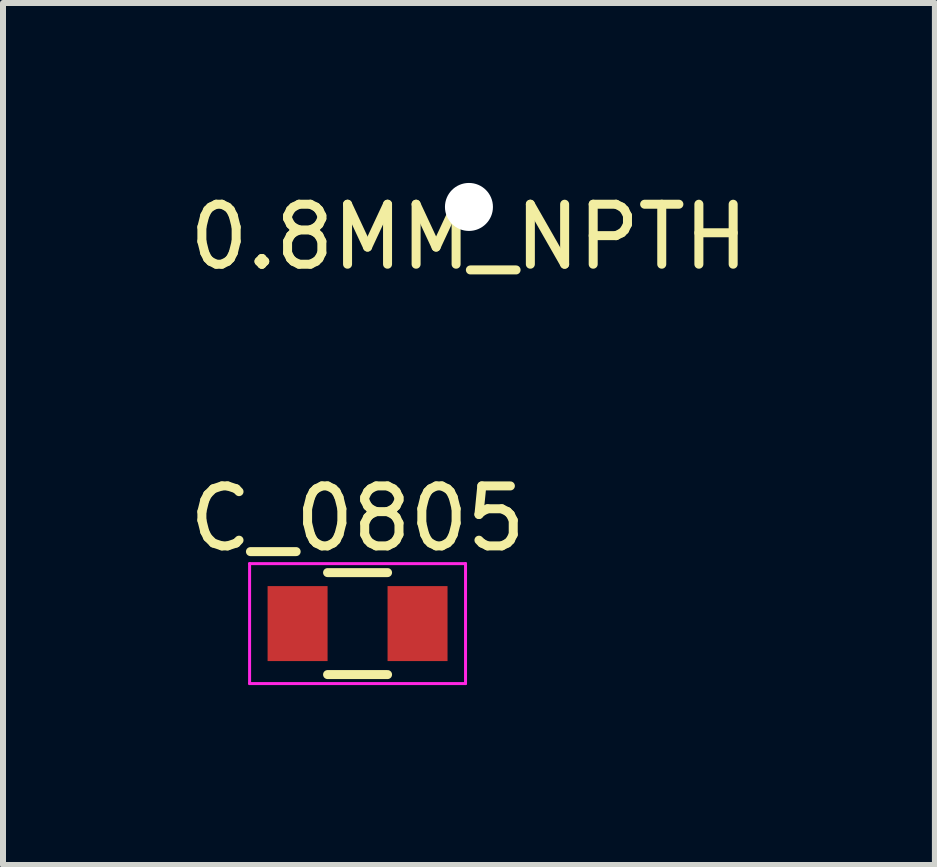
<source format=kicad_pcb>
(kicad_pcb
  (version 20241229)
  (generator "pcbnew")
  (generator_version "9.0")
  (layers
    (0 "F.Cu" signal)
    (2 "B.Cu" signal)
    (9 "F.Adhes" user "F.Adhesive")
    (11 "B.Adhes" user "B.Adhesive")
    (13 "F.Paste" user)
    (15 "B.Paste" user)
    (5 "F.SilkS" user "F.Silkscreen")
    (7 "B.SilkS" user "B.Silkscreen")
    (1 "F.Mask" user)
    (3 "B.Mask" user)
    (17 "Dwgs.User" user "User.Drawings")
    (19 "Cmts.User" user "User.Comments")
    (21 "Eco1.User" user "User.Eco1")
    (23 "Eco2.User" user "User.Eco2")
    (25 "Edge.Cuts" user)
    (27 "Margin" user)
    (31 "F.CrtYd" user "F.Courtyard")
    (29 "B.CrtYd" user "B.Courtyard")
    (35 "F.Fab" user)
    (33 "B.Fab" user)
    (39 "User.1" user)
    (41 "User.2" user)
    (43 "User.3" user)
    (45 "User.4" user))
  (footprint "C_0805"
    (layer "F.Cu")
    (at 2.911 7.346)
    (property "Reference" "C_0805" (at 0 -1.75 0) (layer "F.SilkS") (effects (font (size 1 1) (thickness 0.15))))
    (attr smd)
    (fp_line (start -0.5 0.85) (end 0.5 0.85) (stroke (width 0.15) (type solid)) (layer "F.SilkS"))
    (fp_line (start 0.5 -0.85) (end -0.5 -0.85) (stroke (width 0.15) (type solid)) (layer "F.SilkS"))
    (fp_line (start -1.8 -1) (end -1.8 1) (stroke (width 0.05) (type solid)) (layer "F.CrtYd"))
    (fp_line (start -1.8 -1) (end 1.8 -1) (stroke (width 0.05) (type solid)) (layer "F.CrtYd"))
    (fp_line (start -1.8 1) (end 1.8 1) (stroke (width 0.05) (type solid)) (layer "F.CrtYd"))
    (fp_line (start 1.8 -1) (end 1.8 1) (stroke (width 0.05) (type solid)) (layer "F.CrtYd"))
    (pad "1" smd rect (at -1 0) (size 1 1.25) (layers "F.Cu" "F.Mask" "F.Paste"))
    (pad "2" smd rect (at 1 0) (size 1 1.25) (layers "F.Cu" "F.Mask" "F.Paste")))
  (footprint "0.8MM_NPTH"
    (layer "F.Cu")
    (at 4.768 0.4)
    (property "Reference" "0.8MM_NPTH" (at 0 0.5 0) (layer "F.SilkS") (effects (font (size 1 1) (thickness 0.15))))
    (attr through_hole)
    (pad "" np_thru_hole circle (at 0 0) (size 0.8 0.8) (drill 0.8) (layers "*.Cu" "*.Mask")))
  (gr_rect
    (start -3 -3)
    (end 12.536 11.371)
    (stroke (width 0.1) (type default))
    (fill no)
    (layer "Edge.Cuts")))
</source>
